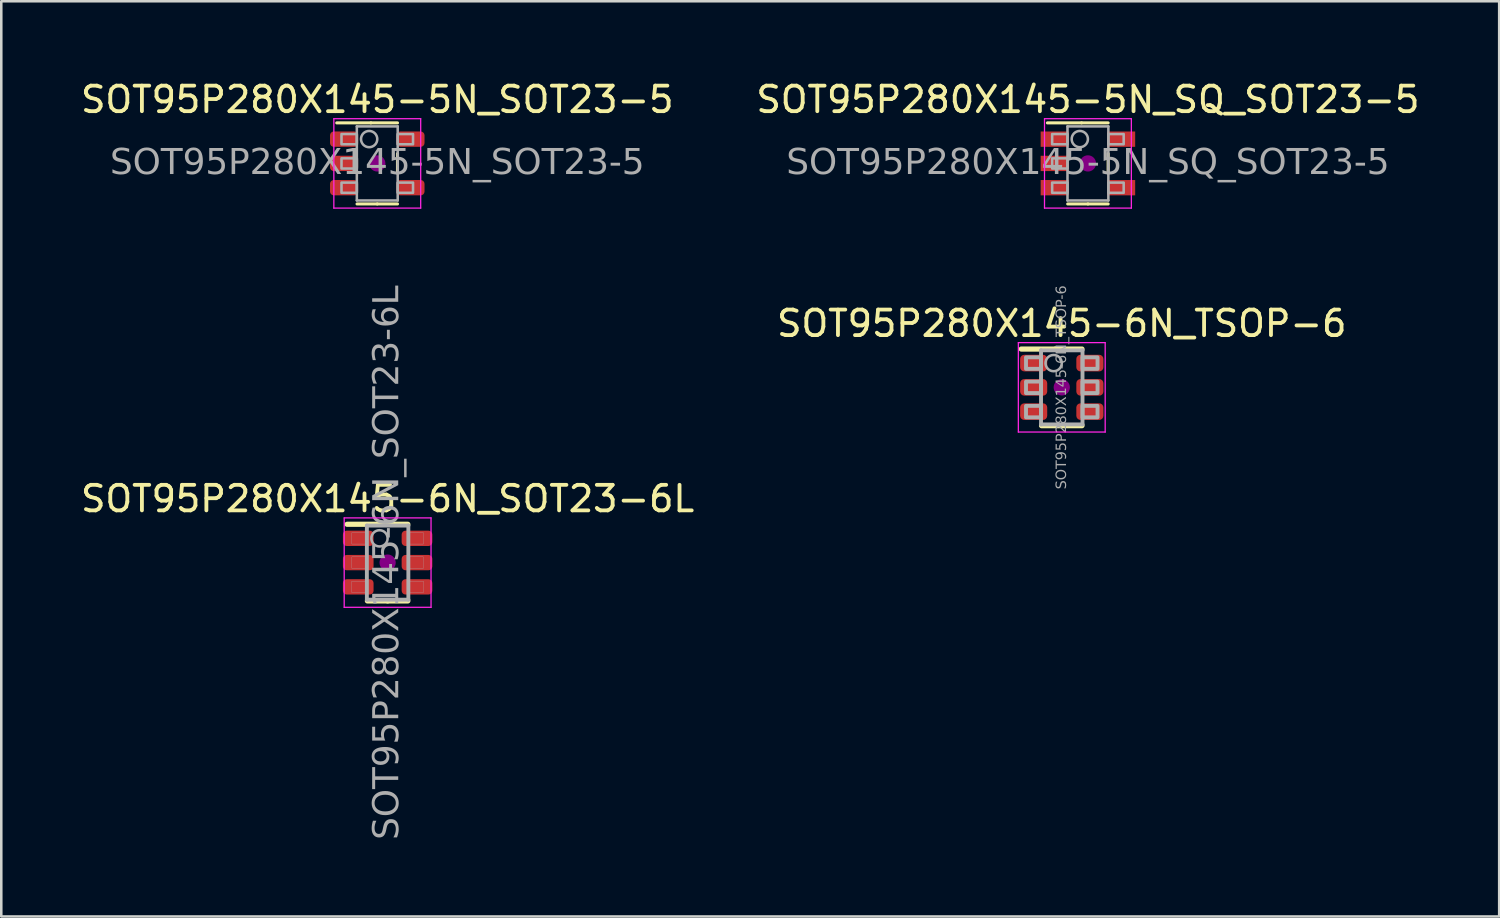
<source format=kicad_pcb>
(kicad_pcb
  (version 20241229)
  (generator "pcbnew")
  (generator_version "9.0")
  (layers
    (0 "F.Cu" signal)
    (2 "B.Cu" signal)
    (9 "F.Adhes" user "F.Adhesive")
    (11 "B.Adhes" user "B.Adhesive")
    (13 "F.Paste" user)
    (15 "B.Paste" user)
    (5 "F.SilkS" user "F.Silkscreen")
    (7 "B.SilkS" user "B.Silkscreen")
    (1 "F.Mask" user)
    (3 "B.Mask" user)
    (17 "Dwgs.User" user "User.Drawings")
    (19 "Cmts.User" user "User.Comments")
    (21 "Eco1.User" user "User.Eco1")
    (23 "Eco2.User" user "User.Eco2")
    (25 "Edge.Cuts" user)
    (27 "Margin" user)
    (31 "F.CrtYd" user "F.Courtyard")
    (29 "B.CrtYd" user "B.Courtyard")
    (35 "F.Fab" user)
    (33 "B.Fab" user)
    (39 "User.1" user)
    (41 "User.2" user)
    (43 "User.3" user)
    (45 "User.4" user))
  (footprint "SOT95P280X145-6N_TSOP-6"
    (layer "F.Cu")
    (at 38.518 12.115)
    (property "Reference" "SOT95P280X145-6N_TSOP-6" (at 0 -2.5 0) (layer "F.SilkS") (effects (font (size 1 1) (thickness 0.15))))
    (attr smd)
    (fp_line (start -0.792 1.5) (end 0 1.5) (stroke (width 0.203) (type solid)) (layer "F.SilkS"))
    (fp_line (start -0.249 -1.5) (end -1.587 -1.5) (stroke (width 0.203) (type solid)) (layer "F.SilkS"))
    (fp_line (start 0.792 -1.5) (end -0.249 -1.5) (stroke (width 0.203) (type solid)) (layer "F.SilkS"))
    (fp_line (start 0.792 1.5) (end 0 1.5) (stroke (width 0.203) (type solid)) (layer "F.SilkS"))
    (fp_circle (center 0 0) (end 0.318 0) (stroke (width 0) (type solid)) (fill yes) (layer "F.Adhes"))
    (fp_line (start -1.7 -1.75) (end 1.7 -1.75) (stroke (width 0.05) (type solid)) (layer "F.CrtYd"))
    (fp_line (start -1.7 1.75) (end -1.7 -1.75) (stroke (width 0.05) (type solid)) (layer "F.CrtYd"))
    (fp_line (start 1.7 -1.75) (end 1.7 1.75) (stroke (width 0.05) (type solid)) (layer "F.CrtYd"))
    (fp_line (start 1.7 1.75) (end -1.7 1.75) (stroke (width 0.05) (type solid)) (layer "F.CrtYd"))
    (fp_line (start -0.812 -1.45) (end -0.812 1.45) (stroke (width 0.152) (type solid)) (layer "F.Fab"))
    (fp_line (start -0.812 1.45) (end 0.812 1.45) (stroke (width 0.152) (type solid)) (layer "F.Fab"))
    (fp_line (start 0.812 -1.45) (end -0.812 -1.45) (stroke (width 0.152) (type solid)) (layer "F.Fab"))
    (fp_line (start 0.812 1.45) (end 0.812 -1.45) (stroke (width 0.152) (type solid)) (layer "F.Fab"))
    (fp_rect (start -1.4 -1.175) (end -0.812 -0.725) (stroke (width 0.152) (type solid)) (fill no) (layer "F.Fab"))
    (fp_rect (start -1.4 -0.225) (end -0.812 0.225) (stroke (width 0.152) (type solid)) (fill no) (layer "F.Fab"))
    (fp_rect (start -1.4 0.725) (end -0.812 1.175) (stroke (width 0.152) (type solid)) (fill no) (layer "F.Fab"))
    (fp_rect (start 1.4 -0.725) (end 0.812 -1.175) (stroke (width 0.152) (type solid)) (fill no) (layer "F.Fab"))
    (fp_rect (start 1.4 0.225) (end 0.812 -0.225) (stroke (width 0.152) (type solid)) (fill no) (layer "F.Fab"))
    (fp_rect (start 1.4 1.175) (end 0.812 0.725) (stroke (width 0.152) (type solid)) (fill no) (layer "F.Fab"))
    (fp_circle (center -0.318 -0.95) (end 0 -0.95) (stroke (width 0.1) (type solid)) (fill no) (layer "F.Fab"))
    (fp_text user "${REFERENCE}" (at 0 0 90) (layer "F.Fab") (effects (font (face "Tahoma") (size 0.4 0.4) (thickness 0.1))))
    (pad "1" smd roundrect (at -1.1 -0.95) (size 1.06 0.65) (layers "F.Cu" "F.Mask" "F.Paste") (roundrect_rratio 0.25))
    (pad "2" smd roundrect (at -1.1 0) (size 1.06 0.65) (layers "F.Cu" "F.Mask" "F.Paste") (roundrect_rratio 0.25))
    (pad "3" smd roundrect (at -1.1 0.95) (size 1.06 0.65) (layers "F.Cu" "F.Mask" "F.Paste") (roundrect_rratio 0.25))
    (pad "4" smd roundrect (at 1.1 0.95) (size 1.06 0.65) (layers "F.Cu" "F.Mask" "F.Paste") (roundrect_rratio 0.25))
    (pad "5" smd roundrect (at 1.1 0) (size 1.06 0.65) (layers "F.Cu" "F.Mask" "F.Paste") (roundrect_rratio 0.25))
    (pad "6" smd roundrect (at 1.1 -0.95) (size 1.06 0.65) (layers "F.Cu" "F.Mask" "F.Paste") (roundrect_rratio 0.25)))
  (footprint "SOT95P280X145-5N_SOT23-5"
    (layer "F.Cu")
    (at 11.72 3.348)
    (property "Reference" "SOT95P280X145-5N_SOT23-5" (at 0 -2.5 0) (layer "F.SilkS") (effects (font (size 1 1) (thickness 0.15))))
    (attr smd)
    (fp_line (start -0.792 1.587) (end 0 1.587) (stroke (width 0.12) (type solid)) (layer "F.SilkS"))
    (fp_line (start -0.249 -1.587) (end -1.587 -1.587) (stroke (width 0.12) (type solid)) (layer "F.SilkS"))
    (fp_line (start 0.792 -1.587) (end -0.249 -1.587) (stroke (width 0.12) (type solid)) (layer "F.SilkS"))
    (fp_line (start 0.792 -0.381) (end 0.792 0.381) (stroke (width 0.12) (type solid)) (layer "F.SilkS"))
    (fp_line (start 0.792 1.587) (end 0 1.587) (stroke (width 0.12) (type solid)) (layer "F.SilkS"))
    (fp_circle (center 0 0) (end 0.318 0) (stroke (width 0) (type solid)) (fill yes) (layer "F.Adhes"))
    (fp_line (start -1.7 -1.75) (end 1.7 -1.75) (stroke (width 0.05) (type solid)) (layer "F.CrtYd"))
    (fp_line (start -1.7 1.75) (end -1.7 -1.75) (stroke (width 0.05) (type solid)) (layer "F.CrtYd"))
    (fp_line (start 1.7 -1.75) (end 1.7 1.75) (stroke (width 0.05) (type solid)) (layer "F.CrtYd"))
    (fp_line (start 1.7 1.75) (end -1.7 1.75) (stroke (width 0.05) (type solid)) (layer "F.CrtYd"))
    (fp_line (start -0.8 -1.45) (end -0.8 1.45) (stroke (width 0.1) (type solid)) (layer "F.Fab"))
    (fp_line (start -0.8 1.45) (end 0.8 1.45) (stroke (width 0.1) (type solid)) (layer "F.Fab"))
    (fp_line (start 0.8 -1.45) (end -0.8 -1.45) (stroke (width 0.1) (type solid)) (layer "F.Fab"))
    (fp_line (start 0.8 1.45) (end 0.8 -1.45) (stroke (width 0.1) (type solid)) (layer "F.Fab"))
    (fp_rect (start -1.4 -1.15) (end -0.8 -0.75) (stroke (width 0.1) (type solid)) (fill no) (layer "F.Fab"))
    (fp_rect (start -1.4 -0.2) (end -0.8 0.2) (stroke (width 0.1) (type solid)) (fill no) (layer "F.Fab"))
    (fp_rect (start -1.4 0.75) (end -0.8 1.15) (stroke (width 0.1) (type solid)) (fill no) (layer "F.Fab"))
    (fp_rect (start 1.4 -0.75) (end 0.8 -1.15) (stroke (width 0.1) (type solid)) (fill no) (layer "F.Fab"))
    (fp_rect (start 1.4 1.15) (end 0.8 0.75) (stroke (width 0.1) (type solid)) (fill no) (layer "F.Fab"))
    (fp_circle (center -0.318 -0.953) (end 0 -0.953) (stroke (width 0.1) (type solid)) (fill no) (layer "F.Fab"))
    (fp_text user "${REFERENCE}" (at 0 0 0) (layer "F.Fab") (effects (font (face "Tahoma") (size 1 1) (thickness 0.15))))
    (pad "1" smd roundrect (at -1.3 -0.95) (size 1.1 0.6) (layers "F.Cu" "F.Mask" "F.Paste") (roundrect_rratio 0.25))
    (pad "2" smd roundrect (at -1.3 0) (size 1.1 0.6) (layers "F.Cu" "F.Mask" "F.Paste") (roundrect_rratio 0.25))
    (pad "3" smd roundrect (at -1.3 0.95) (size 1.1 0.6) (layers "F.Cu" "F.Mask" "F.Paste") (roundrect_rratio 0.25))
    (pad "4" smd roundrect (at 1.3 0.95) (size 1.1 0.6) (layers "F.Cu" "F.Mask" "F.Paste") (roundrect_rratio 0.25))
    (pad "5" smd roundrect (at 1.3 -0.95) (size 1.1 0.6) (layers "F.Cu" "F.Mask" "F.Paste") (roundrect_rratio 0.25)))
  (footprint "SOT95P280X145-5N_SQ_SOT23-5"
    (layer "F.Cu")
    (at 39.542 3.348)
    (property "Reference" "SOT95P280X145-5N_SQ_SOT23-5" (at 0 -2.5 0) (layer "F.SilkS") (effects (font (size 1 1) (thickness 0.15))))
    (attr smd)
    (fp_line (start -0.792 1.587) (end 0 1.587) (stroke (width 0.12) (type solid)) (layer "F.SilkS"))
    (fp_line (start -0.249 -1.587) (end -1.587 -1.587) (stroke (width 0.12) (type solid)) (layer "F.SilkS"))
    (fp_line (start 0.792 -1.587) (end -0.249 -1.587) (stroke (width 0.12) (type solid)) (layer "F.SilkS"))
    (fp_line (start 0.792 -0.381) (end 0.792 0.381) (stroke (width 0.12) (type solid)) (layer "F.SilkS"))
    (fp_line (start 0.792 1.587) (end 0 1.587) (stroke (width 0.12) (type solid)) (layer "F.SilkS"))
    (fp_circle (center 0 0) (end 0.318 0) (stroke (width 0) (type solid)) (fill yes) (layer "F.Adhes"))
    (fp_line (start -1.7 -1.75) (end 1.7 -1.75) (stroke (width 0.05) (type solid)) (layer "F.CrtYd"))
    (fp_line (start -1.7 1.75) (end -1.7 -1.75) (stroke (width 0.05) (type solid)) (layer "F.CrtYd"))
    (fp_line (start 1.7 -1.75) (end 1.7 1.75) (stroke (width 0.05) (type solid)) (layer "F.CrtYd"))
    (fp_line (start 1.7 1.75) (end -1.7 1.75) (stroke (width 0.05) (type solid)) (layer "F.CrtYd"))
    (fp_line (start -0.8 -1.45) (end -0.8 1.45) (stroke (width 0.1) (type solid)) (layer "F.Fab"))
    (fp_line (start -0.8 1.45) (end 0.8 1.45) (stroke (width 0.1) (type solid)) (layer "F.Fab"))
    (fp_line (start 0.8 -1.45) (end -0.8 -1.45) (stroke (width 0.1) (type solid)) (layer "F.Fab"))
    (fp_line (start 0.8 1.45) (end 0.8 -1.45) (stroke (width 0.1) (type solid)) (layer "F.Fab"))
    (fp_rect (start -1.4 -1.15) (end -0.8 -0.75) (stroke (width 0.1) (type solid)) (fill no) (layer "F.Fab"))
    (fp_rect (start -1.4 -0.2) (end -0.8 0.2) (stroke (width 0.1) (type solid)) (fill no) (layer "F.Fab"))
    (fp_rect (start -1.4 0.75) (end -0.8 1.15) (stroke (width 0.1) (type solid)) (fill no) (layer "F.Fab"))
    (fp_rect (start 1.4 -0.75) (end 0.8 -1.15) (stroke (width 0.1) (type solid)) (fill no) (layer "F.Fab"))
    (fp_rect (start 1.4 1.15) (end 0.8 0.75) (stroke (width 0.1) (type solid)) (fill no) (layer "F.Fab"))
    (fp_circle (center -0.318 -0.953) (end 0 -0.953) (stroke (width 0.1) (type solid)) (fill no) (layer "F.Fab"))
    (fp_text user "${REFERENCE}" (at 0 0 0) (layer "F.Fab") (effects (font (face "Tahoma") (size 1 1) (thickness 0.15))))
    (pad "1" smd rect (at -1.3 -0.95) (size 1.1 0.6) (layers "F.Cu" "F.Mask" "F.Paste"))
    (pad "2" smd rect (at -1.3 0) (size 1.1 0.6) (layers "F.Cu" "F.Mask" "F.Paste"))
    (pad "3" smd rect (at -1.3 0.95) (size 1.1 0.6) (layers "F.Cu" "F.Mask" "F.Paste"))
    (pad "4" smd rect (at 1.3 0.95) (size 1.1 0.6) (layers "F.Cu" "F.Mask" "F.Paste"))
    (pad "5" smd rect (at 1.3 -0.95) (size 1.1 0.6) (layers "F.Cu" "F.Mask" "F.Paste")))
  (footprint "SOT95P280X145-6N_SOT23-6L"
    (layer "F.Cu")
    (at 12.125 18.976)
    (property "Reference" "SOT95P280X145-6N_SOT23-6L" (at 0 -2.5 0) (layer "F.SilkS") (effects (font (size 1 1) (thickness 0.15))))
    (attr smd)
    (fp_line (start -0.792 1.5) (end 0 1.5) (stroke (width 0.203) (type solid)) (layer "F.SilkS"))
    (fp_line (start -0.249 -1.5) (end -1.587 -1.5) (stroke (width 0.203) (type solid)) (layer "F.SilkS"))
    (fp_line (start 0.792 -1.5) (end -0.249 -1.5) (stroke (width 0.203) (type solid)) (layer "F.SilkS"))
    (fp_line (start 0.792 1.5) (end 0 1.5) (stroke (width 0.203) (type solid)) (layer "F.SilkS"))
    (fp_circle (center 0 0) (end 0.318 0) (stroke (width 0) (type solid)) (fill yes) (layer "F.Adhes"))
    (fp_line (start -1.7 -1.75) (end 1.7 -1.75) (stroke (width 0.05) (type solid)) (layer "F.CrtYd"))
    (fp_line (start -1.7 1.75) (end -1.7 -1.75) (stroke (width 0.05) (type solid)) (layer "F.CrtYd"))
    (fp_line (start 1.7 -1.75) (end 1.7 1.75) (stroke (width 0.05) (type solid)) (layer "F.CrtYd"))
    (fp_line (start 1.7 1.75) (end -1.7 1.75) (stroke (width 0.05) (type solid)) (layer "F.CrtYd"))
    (fp_line (start -0.812 -1.45) (end -0.812 1.45) (stroke (width 0.152) (type solid)) (layer "F.Fab"))
    (fp_line (start -0.812 1.45) (end 0.812 1.45) (stroke (width 0.152) (type solid)) (layer "F.Fab"))
    (fp_line (start 0.812 -1.45) (end -0.812 -1.45) (stroke (width 0.152) (type solid)) (layer "F.Fab"))
    (fp_line (start 0.812 1.45) (end 0.812 -1.45) (stroke (width 0.152) (type solid)) (layer "F.Fab"))
    (fp_rect (start -1.4 -1.175) (end -0.812 -0.725) (stroke (width 0.01) (type solid)) (fill no) (layer "F.Fab"))
    (fp_rect (start -1.4 -0.225) (end -0.812 0.225) (stroke (width 0.01) (type solid)) (fill no) (layer "F.Fab"))
    (fp_rect (start -1.4 0.725) (end -0.812 1.175) (stroke (width 0.01) (type solid)) (fill no) (layer "F.Fab"))
    (fp_rect (start 1.4 -0.725) (end 0.812 -1.175) (stroke (width 0.01) (type solid)) (fill no) (layer "F.Fab"))
    (fp_rect (start 1.4 0.225) (end 0.812 -0.225) (stroke (width 0.01) (type solid)) (fill no) (layer "F.Fab"))
    (fp_rect (start 1.4 1.175) (end 0.812 0.725) (stroke (width 0.01) (type solid)) (fill no) (layer "F.Fab"))
    (fp_circle (center -0.318 -0.95) (end 0 -0.95) (stroke (width 0.1) (type solid)) (fill no) (layer "F.Fab"))
    (fp_text user "${REFERENCE}" (at 0 0 90) (layer "F.Fab") (effects (font (face "Tahoma") (size 1 1) (thickness 0.1))))
    (pad "1" smd roundrect (at -1.15 -0.95) (size 1.2 0.6) (layers "F.Cu" "F.Mask" "F.Paste") (roundrect_rratio 0.25))
    (pad "2" smd roundrect (at -1.15 0) (size 1.2 0.6) (layers "F.Cu" "F.Mask" "F.Paste") (roundrect_rratio 0.25))
    (pad "3" smd roundrect (at -1.15 0.95) (size 1.2 0.6) (layers "F.Cu" "F.Mask" "F.Paste") (roundrect_rratio 0.25))
    (pad "4" smd roundrect (at 1.15 0.95) (size 1.2 0.6) (layers "F.Cu" "F.Mask" "F.Paste") (roundrect_rratio 0.25))
    (pad "5" smd roundrect (at 1.15 0) (size 1.2 0.6) (layers "F.Cu" "F.Mask" "F.Paste") (roundrect_rratio 0.25))
    (pad "6" smd roundrect (at 1.15 -0.95) (size 1.2 0.6) (layers "F.Cu" "F.Mask" "F.Paste") (roundrect_rratio 0.25)))
  (gr_rect
    (start -3 -3)
    (end 55.643 32.83)
    (stroke (width 0.1) (type default))
    (fill no)
    (layer "Edge.Cuts")))
</source>
